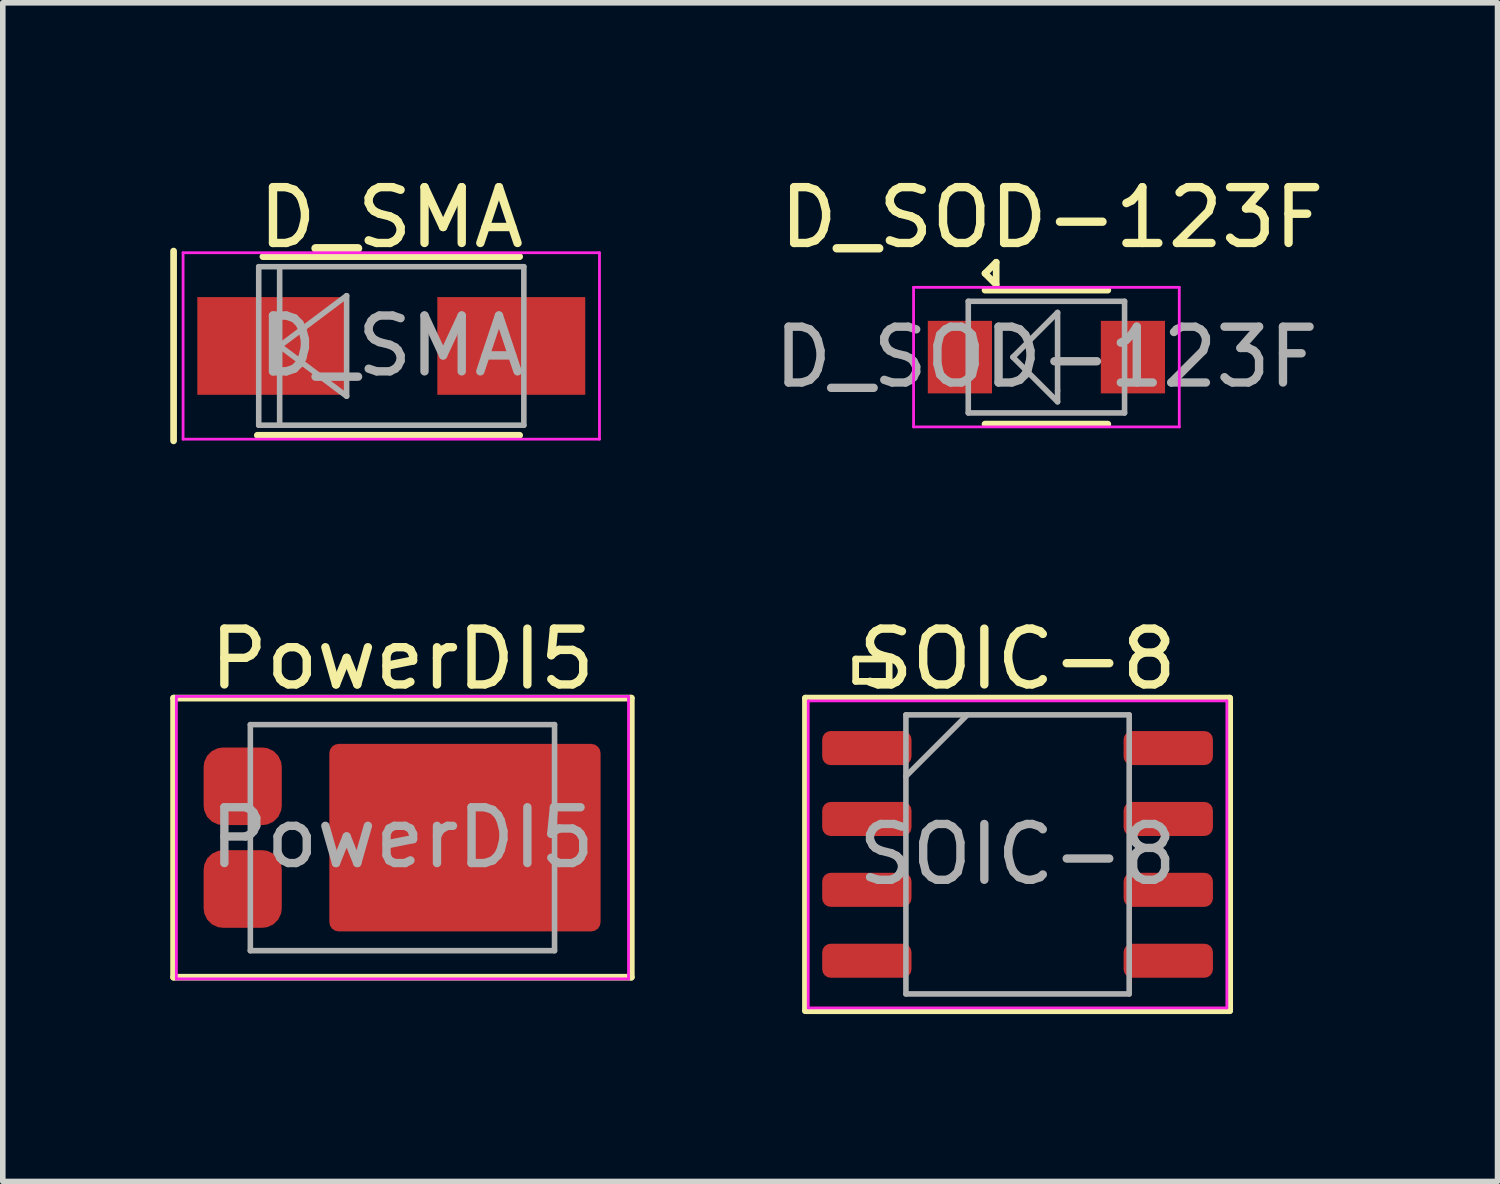
<source format=kicad_pcb>
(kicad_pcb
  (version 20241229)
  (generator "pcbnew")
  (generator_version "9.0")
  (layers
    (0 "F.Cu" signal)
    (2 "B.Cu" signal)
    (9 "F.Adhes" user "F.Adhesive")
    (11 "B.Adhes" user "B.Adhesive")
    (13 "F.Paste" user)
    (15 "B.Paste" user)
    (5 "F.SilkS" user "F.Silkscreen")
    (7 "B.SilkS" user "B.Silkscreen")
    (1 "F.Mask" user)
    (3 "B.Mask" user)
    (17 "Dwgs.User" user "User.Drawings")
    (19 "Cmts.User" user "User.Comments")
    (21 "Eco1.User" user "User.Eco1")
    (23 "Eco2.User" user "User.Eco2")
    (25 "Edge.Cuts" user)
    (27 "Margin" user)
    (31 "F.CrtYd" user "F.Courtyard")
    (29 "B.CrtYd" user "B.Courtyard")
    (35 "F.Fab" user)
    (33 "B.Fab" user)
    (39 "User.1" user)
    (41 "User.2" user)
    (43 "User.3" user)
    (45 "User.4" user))
  (footprint "D_SMA"
    (layer "F.Cu")
    (at 3.96 3.148)
    (property "Reference" "D_SMA" (at 0 -2.3 0) (layer "F.SilkS") (effects (font (size 1 1) (thickness 0.15))))
    (attr smd)
    (fp_line (start -3.9 -1.7) (end -3.9 1.7) (stroke (width 0.12) (type solid)) (layer "F.SilkS"))
    (fp_line (start -2.4 1.6) (end 2.3 1.6) (stroke (width 0.12) (type solid)) (layer "F.SilkS"))
    (fp_line (start -2.3 -1.6) (end 2.3 -1.6) (stroke (width 0.12) (type solid)) (layer "F.SilkS"))
    (fp_line (start -3.73 -1.67) (end -3.73 1.67) (stroke (width 0.05) (type solid)) (layer "F.CrtYd"))
    (fp_line (start -3.73 -1.67) (end 3.73 -1.67) (stroke (width 0.05) (type solid)) (layer "F.CrtYd"))
    (fp_line (start -3.73 1.67) (end 3.73 1.67) (stroke (width 0.05) (type solid)) (layer "F.CrtYd"))
    (fp_line (start 3.73 1.67) (end 3.73 -1.67) (stroke (width 0.05) (type solid)) (layer "F.CrtYd"))
    (fp_line (start -2.375 -1.42) (end 2.375 -1.42) (stroke (width 0.1) (type solid)) (layer "F.Fab"))
    (fp_line (start -2.375 1.42) (end -2.375 -1.42) (stroke (width 0.1) (type solid)) (layer "F.Fab"))
    (fp_line (start -2.375 1.42) (end 2.375 1.42) (stroke (width 0.1) (type solid)) (layer "F.Fab"))
    (fp_line (start -2 -1.42) (end -2 1.42) (stroke (width 0.1) (type solid)) (layer "F.Fab"))
    (fp_line (start -2 0) (end -0.8 -0.9) (stroke (width 0.1) (type solid)) (layer "F.Fab"))
    (fp_line (start -0.8 -0.9) (end -0.8 0.9) (stroke (width 0.1) (type solid)) (layer "F.Fab"))
    (fp_line (start -0.8 0.9) (end -2 0) (stroke (width 0.1) (type solid)) (layer "F.Fab"))
    (fp_line (start 2.375 1.42) (end 2.375 -1.42) (stroke (width 0.1) (type solid)) (layer "F.Fab"))
    (fp_text user "${REFERENCE}" (at 0 0 0) (layer "F.Fab") (effects (font (size 1 1) (thickness 0.15))))
    (pad "A" smd rect (at 2.15 0) (size 2.65 1.75) (layers "F.Cu" "F.Mask" "F.Paste"))
    (pad "K" smd rect (at -2.15 0) (size 2.65 1.75) (layers "F.Cu" "F.Mask" "F.Paste")))
  (footprint "SOIC-8"
    (layer "F.Cu")
    (at 15.18 12.257)
    (property "Reference" "SOIC-8" (at 0 -3.5 0) (layer "F.SilkS") (effects (font (size 1 1) (thickness 0.15))))
    (attr smd)
    (fp_line (start -3.8 -2.8) (end 3.8 -2.8) (stroke (width 0.12) (type solid)) (layer "F.SilkS"))
    (fp_line (start -3.8 2.8) (end -3.8 -2.8) (stroke (width 0.12) (type solid)) (layer "F.SilkS"))
    (fp_line (start -2.9 -3.5) (end -2.9 -3.1) (stroke (width 0.12) (type solid)) (layer "F.SilkS"))
    (fp_line (start -2.9 -3.1) (end -2.3 -3.1) (stroke (width 0.12) (type solid)) (layer "F.SilkS"))
    (fp_line (start -2.3 -3.5) (end -2.9 -3.5) (stroke (width 0.12) (type solid)) (layer "F.SilkS"))
    (fp_line (start -2.3 -3.1) (end -2.3 -3.5) (stroke (width 0.12) (type solid)) (layer "F.SilkS"))
    (fp_line (start 3.8 -2.8) (end 3.8 2.8) (stroke (width 0.12) (type solid)) (layer "F.SilkS"))
    (fp_line (start 3.8 2.8) (end -3.8 2.8) (stroke (width 0.12) (type solid)) (layer "F.SilkS"))
    (fp_line (start -3.75 -2.75) (end -3.75 2.75) (stroke (width 0.05) (type solid)) (layer "F.CrtYd"))
    (fp_line (start -3.75 -2.75) (end 3.75 -2.75) (stroke (width 0.05) (type solid)) (layer "F.CrtYd"))
    (fp_line (start -3.75 2.75) (end 3.75 2.75) (stroke (width 0.05) (type solid)) (layer "F.CrtYd"))
    (fp_line (start 3.75 -2.75) (end 3.75 2.75) (stroke (width 0.05) (type solid)) (layer "F.CrtYd"))
    (fp_line (start -2 -2.5) (end -2 2.5) (stroke (width 0.1) (type solid)) (layer "F.Fab"))
    (fp_line (start -2 -2.5) (end 2 -2.5) (stroke (width 0.1) (type solid)) (layer "F.Fab"))
    (fp_line (start -2 -1.4) (end -0.9 -2.5) (stroke (width 0.1) (type solid)) (layer "F.Fab"))
    (fp_line (start -2 2.5) (end 2 2.5) (stroke (width 0.1) (type solid)) (layer "F.Fab"))
    (fp_line (start 2 -2.5) (end 2 2.5) (stroke (width 0.1) (type solid)) (layer "F.Fab"))
    (fp_text user "${REFERENCE}" (at 0 0 0) (layer "F.Fab") (effects (font (size 1 1) (thickness 0.15))))
    (pad "1" smd roundrect (at -2.7 -1.905) (size 1.6 0.61) (layers "F.Cu" "F.Mask" "F.Paste") (roundrect_rratio 0.25))
    (pad "2" smd roundrect (at -2.7 -0.635) (size 1.6 0.61) (layers "F.Cu" "F.Mask" "F.Paste") (roundrect_rratio 0.25))
    (pad "3" smd roundrect (at -2.7 0.635) (size 1.6 0.61) (layers "F.Cu" "F.Mask" "F.Paste") (roundrect_rratio 0.25))
    (pad "4" smd roundrect (at -2.7 1.905) (size 1.6 0.61) (layers "F.Cu" "F.Mask" "F.Paste") (roundrect_rratio 0.25))
    (pad "5" smd roundrect (at 2.7 1.905) (size 1.6 0.61) (layers "F.Cu" "F.Mask" "F.Paste") (roundrect_rratio 0.25))
    (pad "6" smd roundrect (at 2.7 0.635) (size 1.6 0.61) (layers "F.Cu" "F.Mask" "F.Paste") (roundrect_rratio 0.25))
    (pad "7" smd roundrect (at 2.7 -0.635) (size 1.6 0.61) (layers "F.Cu" "F.Mask" "F.Paste") (roundrect_rratio 0.25))
    (pad "8" smd roundrect (at 2.7 -1.905) (size 1.6 0.61) (layers "F.Cu" "F.Mask" "F.Paste") (roundrect_rratio 0.25)))
  (footprint "D_SOD-123F"
    (layer "F.Cu")
    (at 15.697 3.348)
    (property "Reference" "D_SOD-123F" (at 0.1 -2.5 0) (layer "F.SilkS") (effects (font (size 1 1) (thickness 0.15))))
    (attr smd)
    (fp_line (start -1.1 -1.5) (end -0.9 -1.7) (stroke (width 0.12) (type solid)) (layer "F.SilkS"))
    (fp_line (start -1.1 -1.2) (end 1.1 -1.2) (stroke (width 0.12) (type solid)) (layer "F.SilkS"))
    (fp_line (start -1.1 1.2) (end 1.1 1.2) (stroke (width 0.12) (type solid)) (layer "F.SilkS"))
    (fp_line (start -0.9 -1.7) (end -0.9 -1.3) (stroke (width 0.12) (type solid)) (layer "F.SilkS"))
    (fp_line (start -0.9 -1.3) (end -1.1 -1.5) (stroke (width 0.12) (type solid)) (layer "F.SilkS"))
    (fp_line (start -2.38 -1.25) (end 2.38 -1.25) (stroke (width 0.05) (type solid)) (layer "F.CrtYd"))
    (fp_line (start -2.38 1.25) (end -2.38 -1.25) (stroke (width 0.05) (type solid)) (layer "F.CrtYd"))
    (fp_line (start 2.38 -1.25) (end 2.38 1.25) (stroke (width 0.05) (type solid)) (layer "F.CrtYd"))
    (fp_line (start 2.38 1.25) (end -2.38 1.25) (stroke (width 0.05) (type solid)) (layer "F.CrtYd"))
    (fp_line (start -1.4 -1) (end 1.4 -1) (stroke (width 0.1) (type solid)) (layer "F.Fab"))
    (fp_line (start -1.4 1) (end -1.4 -1) (stroke (width 0.1) (type solid)) (layer "F.Fab"))
    (fp_line (start -0.6 0) (end 0.2 -0.8) (stroke (width 0.1) (type solid)) (layer "F.Fab"))
    (fp_line (start -0.6 0) (end 0.2 0.8) (stroke (width 0.1) (type solid)) (layer "F.Fab"))
    (fp_line (start 0.2 -0.8) (end 0.2 0.6) (stroke (width 0.1) (type solid)) (layer "F.Fab"))
    (fp_line (start 0.2 0.8) (end 0.2 0.6) (stroke (width 0.1) (type solid)) (layer "F.Fab"))
    (fp_line (start 1.4 -1) (end 1.4 1) (stroke (width 0.1) (type solid)) (layer "F.Fab"))
    (fp_line (start 1.4 1) (end -1.4 1) (stroke (width 0.1) (type solid)) (layer "F.Fab"))
    (fp_text user "${REFERENCE}" (at 0 0 0) (layer "F.Fab") (effects (font (size 1 1) (thickness 0.15))))
    (pad "A" smd rect (at 1.55 0) (size 1.15 1.3) (layers "F.Cu" "F.Mask" "F.Paste"))
    (pad "K" smd rect (at -1.55 0) (size 1.15 1.3) (layers "F.Cu" "F.Mask" "F.Paste")))
  (footprint "PowerDI5"
    (layer "F.Cu")
    (at 4.16 11.957)
    (property "Reference" "PowerDI5" (at 0 -3.2 0) (layer "F.SilkS") (effects (font (size 1 1) (thickness 0.15))))
    (attr smd)
    (fp_line (start -4.1 -2.5) (end -4.1 2.5) (stroke (width 0.12) (type solid)) (layer "F.SilkS"))
    (fp_line (start -4.1 2.5) (end 4.1 2.5) (stroke (width 0.12) (type solid)) (layer "F.SilkS"))
    (fp_line (start 4.1 -2.5) (end -4.1 -2.5) (stroke (width 0.12) (type solid)) (layer "F.SilkS"))
    (fp_line (start 4.1 2.5) (end 4.1 -2.5) (stroke (width 0.12) (type solid)) (layer "F.SilkS"))
    (fp_line (start -4.05 -2.53) (end -4.05 2.53) (stroke (width 0.05) (type solid)) (layer "F.CrtYd"))
    (fp_line (start -4.05 -2.53) (end 4.05 -2.53) (stroke (width 0.05) (type solid)) (layer "F.CrtYd"))
    (fp_line (start -4.05 2.53) (end 4.05 2.53) (stroke (width 0.05) (type solid)) (layer "F.CrtYd"))
    (fp_line (start 4.05 -2.53) (end 4.05 2.53) (stroke (width 0.05) (type solid)) (layer "F.CrtYd"))
    (fp_line (start -2.725 -2.025) (end 2.725 -2.025) (stroke (width 0.1) (type solid)) (layer "F.Fab"))
    (fp_line (start -2.725 2.025) (end -2.725 -2.025) (stroke (width 0.1) (type solid)) (layer "F.Fab"))
    (fp_line (start -2.725 2.025) (end 2.725 2.025) (stroke (width 0.1) (type solid)) (layer "F.Fab"))
    (fp_line (start 2.725 2.025) (end 2.725 -2.025) (stroke (width 0.1) (type solid)) (layer "F.Fab"))
    (fp_text user "${REFERENCE}" (at 0 0 0) (layer "F.Fab") (effects (font (size 1 1) (thickness 0.15))))
    (pad "A" smd roundrect (at 1.12 0) (size 4.86 3.36) (layers "F.Cu" "F.Mask" "F.Paste") (roundrect_rratio 0.05))
    (pad "K" smd roundrect (at -2.862 -0.92) (size 1.4 1.39) (layers "F.Cu" "F.Mask" "F.Paste") (roundrect_rratio 0.25))
    (pad "K" smd roundrect (at -2.862 0.92) (size 1.4 1.39) (layers "F.Cu" "F.Mask" "F.Paste") (roundrect_rratio 0.25)))
  (gr_rect
    (start -3 -3)
    (end 23.779 18.116)
    (stroke (width 0.1) (type default))
    (fill no)
    (layer "Edge.Cuts")))
</source>
